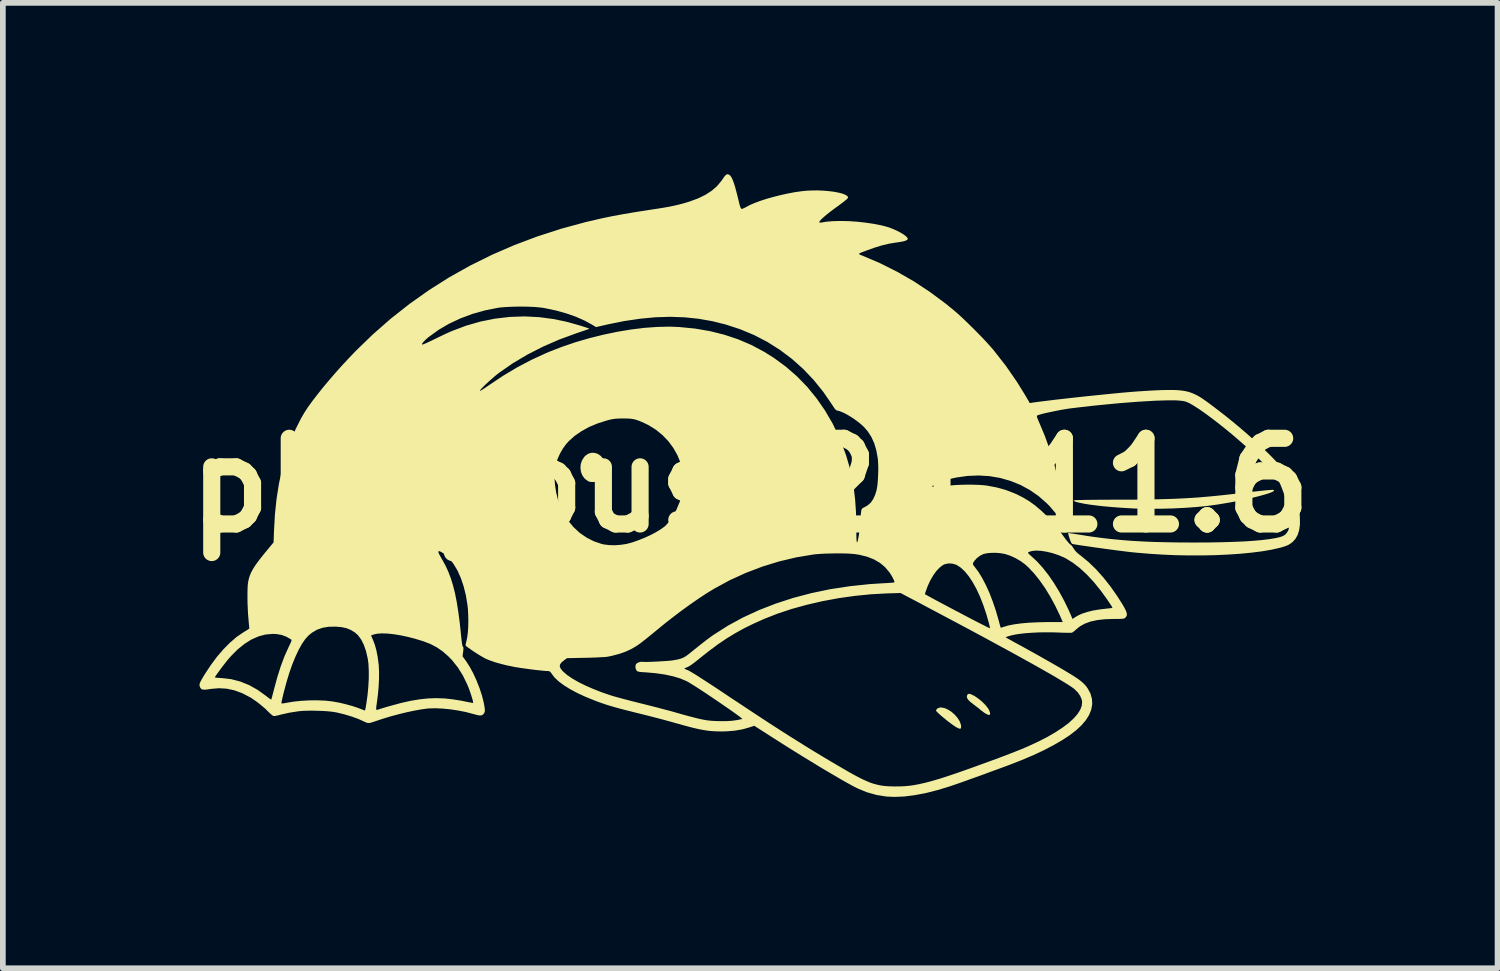
<source format=kicad_pcb>
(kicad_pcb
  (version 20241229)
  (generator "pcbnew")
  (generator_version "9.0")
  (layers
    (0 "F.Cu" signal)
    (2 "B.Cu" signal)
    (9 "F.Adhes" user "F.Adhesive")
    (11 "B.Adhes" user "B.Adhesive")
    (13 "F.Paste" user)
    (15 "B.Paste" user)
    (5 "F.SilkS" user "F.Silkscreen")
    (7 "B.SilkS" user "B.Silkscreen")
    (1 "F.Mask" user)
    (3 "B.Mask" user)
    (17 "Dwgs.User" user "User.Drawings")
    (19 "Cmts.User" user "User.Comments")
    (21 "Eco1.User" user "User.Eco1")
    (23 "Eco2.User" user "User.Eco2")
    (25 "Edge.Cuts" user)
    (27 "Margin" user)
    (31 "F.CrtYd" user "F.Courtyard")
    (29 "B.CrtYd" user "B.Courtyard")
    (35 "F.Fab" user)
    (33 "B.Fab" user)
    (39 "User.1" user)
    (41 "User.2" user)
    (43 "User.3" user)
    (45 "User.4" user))
  (footprint "platypus_20_11.6"
    (layer "F.Cu")
    (at 10.086 5.446)
    (property "Reference" "platypus_20_11.6" (at 0 0 0) (layer "F.SilkS") (effects (font (size 1.5 1.5) (thickness 0.3))))
    (attr board_only exclude_from_pos_files exclude_from_bom)
    (fp_poly (pts (xy 3.853 3.655) (xy 3.86 3.658) (xy 3.924 3.688) (xy 3.99 3.733) (xy 4.055 3.786) (xy 4.113 3.843) (xy 4.16 3.901) (xy 4.181 3.936) (xy 4.198 3.98) (xy 4.2 4.009) (xy 4.187 4.022) (xy 4.16 4.018) (xy 4.122 3.999) (xy 4.092 3.979) (xy 4.055 3.952) (xy 4.028 3.93) (xy 3.988 3.897) (xy 3.942 3.862) (xy 3.91 3.838) (xy 3.855 3.795) (xy 3.818 3.759) (xy 3.798 3.728) (xy 3.792 3.703) (xy 3.799 3.67) (xy 3.821 3.653)) (stroke (width 0) (type solid)) (fill yes) (layer "F.SilkS"))
    (fp_poly (pts (xy -2.723 -0.567) (xy -2.667 -0.548) (xy -2.616 -0.512) (xy -2.574 -0.461) (xy -2.558 -0.429) (xy -2.539 -0.364) (xy -2.537 -0.294) (xy -2.549 -0.225) (xy -2.575 -0.161) (xy -2.613 -0.109) (xy -2.632 -0.093) (xy -2.677 -0.07) (xy -2.731 -0.057) (xy -2.786 -0.056) (xy -2.834 -0.068) (xy -2.841 -0.072) (xy -2.896 -0.113) (xy -2.937 -0.167) (xy -2.963 -0.231) (xy -2.973 -0.299) (xy -2.968 -0.369) (xy -2.946 -0.435) (xy -2.907 -0.495) (xy -2.89 -0.514) (xy -2.838 -0.551) (xy -2.782 -0.568)) (stroke (width 0) (type solid)) (fill yes) (layer "F.SilkS"))
    (fp_poly (pts (xy 3.398 3.9) (xy 3.46 3.927) (xy 3.522 3.966) (xy 3.579 4.016) (xy 3.628 4.072) (xy 3.666 4.131) (xy 3.688 4.19) (xy 3.693 4.229) (xy 3.689 4.253) (xy 3.676 4.264) (xy 3.652 4.259) (xy 3.614 4.24) (xy 3.603 4.234) (xy 3.567 4.211) (xy 3.524 4.18) (xy 3.475 4.144) (xy 3.425 4.104) (xy 3.376 4.064) (xy 3.331 4.026) (xy 3.294 3.992) (xy 3.267 3.966) (xy 3.254 3.949) (xy 3.253 3.946) (xy 3.263 3.922) (xy 3.289 3.902) (xy 3.324 3.892) (xy 3.338 3.891)) (stroke (width 0) (type solid)) (fill yes) (layer "F.SilkS"))
    (fp_poly (pts (xy 9.158 0.082) (xy 9.166 0.084) (xy 9.17 0.087) (xy 9.169 0.098) (xy 9.149 0.113) (xy 9.11 0.13) (xy 9.056 0.149) (xy 8.987 0.169) (xy 8.907 0.191) (xy 8.816 0.214) (xy 8.717 0.237) (xy 8.612 0.259) (xy 8.503 0.282) (xy 8.391 0.303) (xy 8.278 0.322) (xy 8.167 0.34) (xy 8.059 0.355) (xy 7.963 0.367) (xy 7.792 0.383) (xy 7.605 0.396) (xy 7.408 0.406) (xy 7.209 0.411) (xy 7.013 0.413) (xy 6.825 0.41) (xy 6.721 0.407) (xy 6.578 0.399) (xy 6.437 0.39) (xy 6.301 0.379) (xy 6.172 0.367) (xy 6.051 0.353) (xy 5.943 0.339) (xy 5.848 0.324) (xy 5.77 0.308) (xy 5.71 0.293) (xy 5.685 0.284) (xy 5.665 0.275) (xy 5.664 0.269) (xy 5.677 0.263) (xy 5.692 0.262) (xy 5.726 0.26) (xy 5.779 0.259) (xy 5.848 0.257) (xy 5.93 0.256) (xy 6.025 0.255) (xy 6.129 0.254) (xy 6.241 0.254) (xy 6.342 0.253) (xy 6.565 0.253) (xy 6.769 0.252) (xy 6.956 0.249) (xy 7.128 0.246) (xy 7.288 0.242) (xy 7.439 0.237) (xy 7.583 0.23) (xy 7.722 0.222) (xy 7.858 0.213) (xy 7.995 0.201) (xy 8.135 0.188) (xy 8.281 0.173) (xy 8.434 0.156) (xy 8.501 0.148) (xy 8.638 0.133) (xy 8.755 0.119) (xy 8.853 0.108) (xy 8.934 0.099) (xy 9 0.092) (xy 9.053 0.087) (xy 9.093 0.084) (xy 9.123 0.082) (xy 9.144 0.081)) (stroke (width 0) (type solid)) (fill yes) (layer "F.SilkS"))
    (fp_poly (pts (xy -0.374 -5.439) (xy -0.367 -5.435) (xy -0.347 -5.418) (xy -0.328 -5.39) (xy -0.309 -5.35) (xy -0.289 -5.297) (xy -0.267 -5.229) (xy -0.244 -5.143) (xy -0.217 -5.038) (xy -0.2 -4.968) (xy -0.186 -4.91) (xy -0.174 -4.872) (xy -0.164 -4.849) (xy -0.154 -4.839) (xy -0.151 -4.838) (xy -0.133 -4.842) (xy -0.102 -4.855) (xy -0.069 -4.873) (xy -0.001 -4.909) (xy 0.085 -4.945) (xy 0.185 -4.982) (xy 0.297 -5.018) (xy 0.417 -5.051) (xy 0.54 -5.082) (xy 0.664 -5.109) (xy 0.786 -5.132) (xy 0.9 -5.148) (xy 0.975 -5.156) (xy 1.074 -5.161) (xy 1.176 -5.162) (xy 1.276 -5.158) (xy 1.372 -5.15) (xy 1.462 -5.139) (xy 1.542 -5.124) (xy 1.61 -5.107) (xy 1.663 -5.087) (xy 1.698 -5.065) (xy 1.708 -5.052) (xy 1.712 -5.044) (xy 1.711 -5.034) (xy 1.704 -5.022) (xy 1.689 -5.006) (xy 1.663 -4.985) (xy 1.626 -4.955) (xy 1.575 -4.917) (xy 1.508 -4.868) (xy 1.496 -4.86) (xy 1.411 -4.796) (xy 1.339 -4.74) (xy 1.283 -4.692) (xy 1.242 -4.654) (xy 1.217 -4.624) (xy 1.209 -4.605) (xy 1.218 -4.597) (xy 1.239 -4.599) (xy 1.34 -4.615) (xy 1.458 -4.624) (xy 1.589 -4.627) (xy 1.728 -4.624) (xy 1.872 -4.614) (xy 2.017 -4.598) (xy 2.159 -4.577) (xy 2.293 -4.551) (xy 2.364 -4.533) (xy 2.432 -4.513) (xy 2.501 -4.486) (xy 2.568 -4.456) (xy 2.63 -4.424) (xy 2.683 -4.392) (xy 2.724 -4.362) (xy 2.75 -4.334) (xy 2.759 -4.314) (xy 2.75 -4.298) (xy 2.724 -4.283) (xy 2.68 -4.27) (xy 2.615 -4.258) (xy 2.545 -4.248) (xy 2.43 -4.229) (xy 2.308 -4.2) (xy 2.175 -4.159) (xy 2.039 -4.111) (xy 1.979 -4.088) (xy 1.937 -4.072) (xy 1.913 -4.06) (xy 1.906 -4.05) (xy 1.913 -4.041) (xy 1.935 -4.031) (xy 1.968 -4.018) (xy 1.97 -4.017) (xy 2.273 -3.888) (xy 2.572 -3.738) (xy 2.866 -3.569) (xy 3.152 -3.38) (xy 3.429 -3.174) (xy 3.566 -3.062) (xy 3.636 -3.002) (xy 3.715 -2.929) (xy 3.802 -2.846) (xy 3.892 -2.758) (xy 3.982 -2.667) (xy 4.069 -2.578) (xy 4.148 -2.493) (xy 4.216 -2.417) (xy 4.253 -2.375) (xy 4.471 -2.097) (xy 4.669 -1.811) (xy 4.809 -1.585) (xy 4.895 -1.438) (xy 4.934 -1.445) (xy 5.006 -1.455) (xy 5.096 -1.467) (xy 5.203 -1.48) (xy 5.324 -1.495) (xy 5.456 -1.51) (xy 5.596 -1.526) (xy 5.742 -1.542) (xy 5.89 -1.558) (xy 6.038 -1.573) (xy 6.184 -1.588) (xy 6.324 -1.602) (xy 6.456 -1.615) (xy 6.577 -1.626) (xy 6.685 -1.635) (xy 6.776 -1.642) (xy 6.787 -1.643) (xy 6.948 -1.653) (xy 7.089 -1.661) (xy 7.211 -1.666) (xy 7.318 -1.668) (xy 7.411 -1.668) (xy 7.491 -1.664) (xy 7.561 -1.657) (xy 7.622 -1.647) (xy 7.677 -1.634) (xy 7.727 -1.617) (xy 7.745 -1.61) (xy 7.783 -1.593) (xy 7.818 -1.576) (xy 7.854 -1.557) (xy 7.893 -1.533) (xy 7.937 -1.503) (xy 7.99 -1.466) (xy 8.054 -1.419) (xy 8.131 -1.361) (xy 8.166 -1.334) (xy 8.304 -1.228) (xy 8.443 -1.116) (xy 8.58 -1.002) (xy 8.714 -0.886) (xy 8.843 -0.772) (xy 8.964 -0.66) (xy 9.076 -0.552) (xy 9.176 -0.451) (xy 9.262 -0.359) (xy 9.333 -0.277) (xy 9.336 -0.273) (xy 9.375 -0.221) (xy 9.409 -0.171) (xy 9.438 -0.119) (xy 9.465 -0.059) (xy 9.493 0.013) (xy 9.524 0.101) (xy 9.524 0.103) (xy 9.56 0.214) (xy 9.586 0.312) (xy 9.605 0.4) (xy 9.618 0.485) (xy 9.624 0.568) (xy 9.625 0.684) (xy 9.612 0.783) (xy 9.586 0.868) (xy 9.546 0.939) (xy 9.501 0.989) (xy 9.462 1.02) (xy 9.42 1.046) (xy 9.369 1.067) (xy 9.305 1.087) (xy 9.267 1.097) (xy 9.121 1.13) (xy 8.955 1.158) (xy 8.772 1.181) (xy 8.575 1.2) (xy 8.366 1.214) (xy 8.147 1.224) (xy 7.921 1.229) (xy 7.69 1.229) (xy 7.456 1.225) (xy 7.222 1.215) (xy 6.99 1.2) (xy 6.763 1.181) (xy 6.664 1.171) (xy 6.596 1.163) (xy 6.516 1.153) (xy 6.427 1.142) (xy 6.332 1.129) (xy 6.233 1.116) (xy 6.134 1.102) (xy 6.036 1.089) (xy 5.943 1.075) (xy 5.857 1.063) (xy 5.782 1.052) (xy 5.719 1.042) (xy 5.671 1.034) (xy 5.642 1.028) (xy 5.637 1.027) (xy 5.624 1.013) (xy 5.608 0.98) (xy 5.591 0.931) (xy 5.578 0.89) (xy 5.57 0.858) (xy 5.566 0.84) (xy 5.566 0.838) (xy 5.578 0.838) (xy 5.607 0.842) (xy 5.652 0.848) (xy 5.708 0.857) (xy 5.771 0.867) (xy 5.772 0.867) (xy 5.953 0.896) (xy 6.131 0.92) (xy 6.308 0.941) (xy 6.487 0.958) (xy 6.672 0.973) (xy 6.864 0.984) (xy 7.067 0.993) (xy 7.284 0.998) (xy 7.516 1.002) (xy 7.768 1.003) (xy 7.771 1.003) (xy 8.021 1.002) (xy 8.249 0.998) (xy 8.457 0.992) (xy 8.644 0.984) (xy 8.811 0.973) (xy 8.958 0.96) (xy 9.086 0.944) (xy 9.196 0.926) (xy 9.208 0.924) (xy 9.275 0.908) (xy 9.325 0.89) (xy 9.362 0.869) (xy 9.389 0.841) (xy 9.408 0.813) (xy 9.419 0.792) (xy 9.427 0.772) (xy 9.431 0.749) (xy 9.434 0.717) (xy 9.435 0.673) (xy 9.435 0.612) (xy 9.435 0.61) (xy 9.434 0.542) (xy 9.431 0.488) (xy 9.425 0.442) (xy 9.416 0.395) (xy 9.403 0.34) (xy 9.4 0.33) (xy 9.376 0.243) (xy 9.347 0.156) (xy 9.316 0.071) (xy 9.286 -0.005) (xy 9.257 -0.068) (xy 9.24 -0.098) (xy 9.22 -0.126) (xy 9.187 -0.166) (xy 9.142 -0.217) (xy 9.087 -0.276) (xy 9.026 -0.341) (xy 8.96 -0.408) (xy 8.891 -0.477) (xy 8.823 -0.544) (xy 8.756 -0.608) (xy 8.694 -0.666) (xy 8.683 -0.676) (xy 8.559 -0.785) (xy 8.434 -0.892) (xy 8.31 -0.994) (xy 8.189 -1.09) (xy 8.073 -1.179) (xy 7.963 -1.26) (xy 7.863 -1.33) (xy 7.774 -1.387) (xy 7.698 -1.432) (xy 7.678 -1.442) (xy 7.644 -1.457) (xy 7.611 -1.468) (xy 7.572 -1.476) (xy 7.521 -1.481) (xy 7.493 -1.484) (xy 7.42 -1.487) (xy 7.328 -1.487) (xy 7.219 -1.484) (xy 7.094 -1.48) (xy 6.955 -1.472) (xy 6.805 -1.463) (xy 6.646 -1.451) (xy 6.48 -1.438) (xy 6.309 -1.422) (xy 6.134 -1.405) (xy 5.959 -1.387) (xy 5.785 -1.367) (xy 5.616 -1.347) (xy 5.553 -1.338) (xy 5.48 -1.326) (xy 5.403 -1.312) (xy 5.325 -1.296) (xy 5.248 -1.28) (xy 5.177 -1.265) (xy 5.115 -1.25) (xy 5.066 -1.236) (xy 5.034 -1.225) (xy 5.024 -1.221) (xy 5.019 -1.213) (xy 5.02 -1.198) (xy 5.028 -1.172) (xy 5.044 -1.133) (xy 5.065 -1.086) (xy 5.158 -0.863) (xy 5.242 -0.631) (xy 5.315 -0.395) (xy 5.376 -0.158) (xy 5.425 0.076) (xy 5.459 0.302) (xy 5.479 0.511) (xy 5.482 0.564) (xy 5.486 0.613) (xy 5.489 0.652) (xy 5.491 0.665) (xy 5.496 0.709) (xy 5.455 0.643) (xy 5.355 0.499) (xy 5.237 0.361) (xy 5.192 0.316) (xy 5.05 0.191) (xy 4.896 0.084) (xy 4.732 -0.005) (xy 4.559 -0.075) (xy 4.378 -0.127) (xy 4.191 -0.159) (xy 3.999 -0.171) (xy 3.804 -0.163) (xy 3.608 -0.135) (xy 3.561 -0.125) (xy 3.479 -0.105) (xy 3.402 -0.083) (xy 3.333 -0.059) (xy 3.274 -0.036) (xy 3.228 -0.014) (xy 3.199 0.006) (xy 3.187 0.023) (xy 3.187 0.023) (xy 3.194 0.029) (xy 3.214 0.031) (xy 3.25 0.031) (xy 3.302 0.027) (xy 3.373 0.02) (xy 3.464 0.009) (xy 3.49 0.006) (xy 3.574 -0.002) (xy 3.671 -0.007) (xy 3.775 -0.01) (xy 3.879 -0.01) (xy 3.98 -0.007) (xy 4.07 -0.002) (xy 4.142 0.006) (xy 4.312 0.038) (xy 4.468 0.081) (xy 4.618 0.138) (xy 4.666 0.159) (xy 4.782 0.218) (xy 4.888 0.282) (xy 4.988 0.354) (xy 5.089 0.44) (xy 5.159 0.505) (xy 5.219 0.565) (xy 5.274 0.624) (xy 5.326 0.684) (xy 5.38 0.751) (xy 5.439 0.83) (xy 5.488 0.897) (xy 5.522 0.945) (xy 5.555 0.985) (xy 5.581 1.016) (xy 5.599 1.033) (xy 5.603 1.036) (xy 5.619 1.048) (xy 5.64 1.073) (xy 5.659 1.103) (xy 5.681 1.136) (xy 5.708 1.167) (xy 5.745 1.2) (xy 5.796 1.24) (xy 5.801 1.244) (xy 5.928 1.349) (xy 6.056 1.473) (xy 6.183 1.615) (xy 6.307 1.772) (xy 6.426 1.942) (xy 6.512 2.077) (xy 6.551 2.144) (xy 6.577 2.196) (xy 6.592 2.237) (xy 6.595 2.268) (xy 6.588 2.293) (xy 6.572 2.314) (xy 6.569 2.317) (xy 6.558 2.326) (xy 6.546 2.333) (xy 6.527 2.337) (xy 6.5 2.339) (xy 6.459 2.341) (xy 6.402 2.341) (xy 6.367 2.341) (xy 6.213 2.346) (xy 6.077 2.361) (xy 5.958 2.387) (xy 5.857 2.424) (xy 5.771 2.472) (xy 5.707 2.524) (xy 5.677 2.551) (xy 5.649 2.572) (xy 5.633 2.582) (xy 5.615 2.583) (xy 5.58 2.584) (xy 5.53 2.583) (xy 5.469 2.582) (xy 5.402 2.579) (xy 5.397 2.579) (xy 5.284 2.575) (xy 5.165 2.575) (xy 5.045 2.577) (xy 4.928 2.583) (xy 4.818 2.591) (xy 4.721 2.602) (xy 4.641 2.614) (xy 4.638 2.615) (xy 4.577 2.628) (xy 4.528 2.641) (xy 4.493 2.652) (xy 4.475 2.66) (xy 4.475 2.664) (xy 4.485 2.671) (xy 4.512 2.686) (xy 4.554 2.709) (xy 4.607 2.739) (xy 4.671 2.774) (xy 4.741 2.812) (xy 4.765 2.825) (xy 4.891 2.895) (xy 5.016 2.964) (xy 5.137 3.033) (xy 5.253 3.099) (xy 5.362 3.161) (xy 5.46 3.218) (xy 5.545 3.269) (xy 5.616 3.312) (xy 5.67 3.345) (xy 5.671 3.346) (xy 5.743 3.394) (xy 5.798 3.436) (xy 5.842 3.476) (xy 5.879 3.516) (xy 5.909 3.558) (xy 5.957 3.648) (xy 5.983 3.74) (xy 5.988 3.833) (xy 5.971 3.927) (xy 5.934 4.021) (xy 5.875 4.115) (xy 5.795 4.208) (xy 5.704 4.292) (xy 5.592 4.378) (xy 5.459 4.465) (xy 5.307 4.553) (xy 5.138 4.641) (xy 4.952 4.728) (xy 4.751 4.813) (xy 4.537 4.897) (xy 4.528 4.9) (xy 4.38 4.955) (xy 4.234 5.008) (xy 4.094 5.06) (xy 3.961 5.108) (xy 3.838 5.152) (xy 3.727 5.192) (xy 3.63 5.226) (xy 3.55 5.253) (xy 3.501 5.27) (xy 3.282 5.337) (xy 3.074 5.39) (xy 2.878 5.427) (xy 2.696 5.45) (xy 2.528 5.457) (xy 2.388 5.451) (xy 2.211 5.423) (xy 2.04 5.375) (xy 1.877 5.307) (xy 1.867 5.302) (xy 1.793 5.264) (xy 1.702 5.214) (xy 1.597 5.155) (xy 1.48 5.086) (xy 1.351 5.011) (xy 1.214 4.929) (xy 1.07 4.841) (xy 0.92 4.75) (xy 0.767 4.655) (xy 0.614 4.559) (xy 0.46 4.461) (xy 0.341 4.385) (xy 0.071 4.212) (xy -0.022 4.242) (xy -0.146 4.276) (xy -0.275 4.298) (xy -0.415 4.309) (xy -0.5 4.311) (xy -0.571 4.31) (xy -0.636 4.307) (xy -0.699 4.303) (xy -0.763 4.295) (xy -0.83 4.284) (xy -0.904 4.27) (xy -0.986 4.251) (xy -1.08 4.227) (xy -1.188 4.198) (xy -1.314 4.163) (xy -1.364 4.148) (xy -1.442 4.127) (xy -1.536 4.101) (xy -1.64 4.074) (xy -1.748 4.046) (xy -1.854 4.019) (xy -1.952 3.995) (xy -2.084 3.962) (xy -2.198 3.933) (xy -2.297 3.907) (xy -2.384 3.883) (xy -2.462 3.86) (xy -2.533 3.838) (xy -2.602 3.814) (xy -2.671 3.79) (xy -2.715 3.773) (xy -2.878 3.707) (xy -3.024 3.64) (xy -3.153 3.571) (xy -3.264 3.502) (xy -3.355 3.434) (xy -3.427 3.366) (xy -3.467 3.314) (xy -3.49 3.281) (xy -3.507 3.263) (xy -3.525 3.255) (xy -3.548 3.253) (xy -3.583 3.252) (xy -3.635 3.247) (xy -3.701 3.24) (xy -3.775 3.232) (xy -3.854 3.222) (xy -3.934 3.211) (xy -4.009 3.201) (xy -4.077 3.19) (xy -4.126 3.182) (xy -4.187 3.169) (xy -3.336 3.169) (xy -3.322 3.206) (xy -3.289 3.249) (xy -3.275 3.263) (xy -3.207 3.322) (xy -3.118 3.383) (xy -3.011 3.445) (xy -2.888 3.506) (xy -2.751 3.566) (xy -2.601 3.625) (xy -2.44 3.68) (xy -2.439 3.68) (xy -2.395 3.694) (xy -2.333 3.711) (xy -2.257 3.732) (xy -2.17 3.755) (xy -2.078 3.779) (xy -1.982 3.803) (xy -1.923 3.818) (xy -1.822 3.843) (xy -1.716 3.87) (xy -1.61 3.897) (xy -1.509 3.924) (xy -1.417 3.948) (xy -1.341 3.969) (xy -1.313 3.977) (xy -1.191 4.012) (xy -1.086 4.041) (xy -0.997 4.064) (xy -0.922 4.083) (xy -0.856 4.098) (xy -0.799 4.109) (xy -0.759 4.116) (xy -0.685 4.124) (xy -0.598 4.129) (xy -0.505 4.131) (xy -0.413 4.13) (xy -0.329 4.125) (xy -0.26 4.116) (xy -0.257 4.116) (xy -0.211 4.108) (xy -0.172 4.1) (xy -0.145 4.094) (xy -0.139 4.093) (xy -0.144 4.086) (xy -0.165 4.068) (xy -0.2 4.041) (xy -0.248 4.006) (xy -0.307 3.964) (xy -0.374 3.917) (xy -0.448 3.866) (xy -0.526 3.812) (xy -0.607 3.757) (xy -0.689 3.702) (xy -0.769 3.648) (xy -0.846 3.597) (xy -0.918 3.55) (xy -0.983 3.509) (xy -1.039 3.474) (xy -1.083 3.447) (xy -1.115 3.43) (xy -1.116 3.43) (xy -1.223 3.384) (xy -1.349 3.346) (xy -1.492 3.315) (xy -1.65 3.292) (xy -1.818 3.277) (xy -1.879 3.273) (xy -1.923 3.27) (xy -1.952 3.265) (xy -1.97 3.26) (xy -1.983 3.252) (xy -1.991 3.243) (xy -2.007 3.209) (xy -1.154 3.209) (xy -1.145 3.216) (xy -1.12 3.228) (xy -1.085 3.242) (xy -1.085 3.242) (xy -1.062 3.254) (xy -1.021 3.278) (xy -0.963 3.313) (xy -0.891 3.359) (xy -0.803 3.416) (xy -0.702 3.481) (xy -0.588 3.556) (xy -0.462 3.64) (xy -0.374 3.699) (xy -0.162 3.839) (xy 0.034 3.969) (xy 0.215 4.088) (xy 0.385 4.199) (xy 0.545 4.302) (xy 0.697 4.399) (xy 0.843 4.49) (xy 0.984 4.578) (xy 1.124 4.664) (xy 1.262 4.747) (xy 1.407 4.834) (xy 1.535 4.909) (xy 1.648 4.975) (xy 1.747 5.032) (xy 1.834 5.08) (xy 1.91 5.12) (xy 1.978 5.154) (xy 2.039 5.181) (xy 2.094 5.204) (xy 2.145 5.222) (xy 2.195 5.236) (xy 2.243 5.248) (xy 2.293 5.258) (xy 2.293 5.258) (xy 2.359 5.267) (xy 2.44 5.272) (xy 2.53 5.274) (xy 2.623 5.273) (xy 2.713 5.269) (xy 2.793 5.261) (xy 2.812 5.259) (xy 2.887 5.247) (xy 2.964 5.232) (xy 3.046 5.214) (xy 3.135 5.191) (xy 3.231 5.164) (xy 3.338 5.132) (xy 3.456 5.094) (xy 3.587 5.05) (xy 3.733 4.999) (xy 3.897 4.941) (xy 4.078 4.875) (xy 4.224 4.822) (xy 4.352 4.775) (xy 4.463 4.733) (xy 4.562 4.695) (xy 4.648 4.661) (xy 4.726 4.63) (xy 4.798 4.6) (xy 4.865 4.571) (xy 4.879 4.565) (xy 5.053 4.484) (xy 5.21 4.403) (xy 5.35 4.321) (xy 5.473 4.24) (xy 5.578 4.161) (xy 5.664 4.082) (xy 5.731 4.005) (xy 5.778 3.931) (xy 5.805 3.86) (xy 5.811 3.791) (xy 5.804 3.752) (xy 5.777 3.688) (xy 5.733 3.625) (xy 5.675 3.568) (xy 5.656 3.553) (xy 5.605 3.518) (xy 5.535 3.473) (xy 5.446 3.419) (xy 5.339 3.355) (xy 5.214 3.283) (xy 5.072 3.202) (xy 4.913 3.113) (xy 4.738 3.016) (xy 4.546 2.91) (xy 4.339 2.798) (xy 4.117 2.677) (xy 3.881 2.55) (xy 3.63 2.416) (xy 3.365 2.275) (xy 3.087 2.128) (xy 3.023 2.093) (xy 2.669 1.907) (xy 3.057 1.907) (xy 3.092 1.926) (xy 3.136 1.951) (xy 3.194 1.982) (xy 3.262 2.019) (xy 3.338 2.06) (xy 3.422 2.104) (xy 3.51 2.151) (xy 3.601 2.199) (xy 3.692 2.247) (xy 3.782 2.294) (xy 3.868 2.339) (xy 3.948 2.381) (xy 4.021 2.418) (xy 4.084 2.45) (xy 4.135 2.476) (xy 4.172 2.494) (xy 4.192 2.504) (xy 4.196 2.505) (xy 4.196 2.491) (xy 4.19 2.462) (xy 4.182 2.427) (xy 4.134 2.257) (xy 4.08 2.097) (xy 4.022 1.949) (xy 3.96 1.815) (xy 3.894 1.696) (xy 3.826 1.593) (xy 3.756 1.508) (xy 3.685 1.442) (xy 3.614 1.396) (xy 3.605 1.392) (xy 3.583 1.385) (xy 3.899 1.385) (xy 3.909 1.403) (xy 3.931 1.431) (xy 3.931 1.431) (xy 3.996 1.518) (xy 4.061 1.624) (xy 4.125 1.747) (xy 4.187 1.883) (xy 4.244 2.03) (xy 4.297 2.185) (xy 4.337 2.322) (xy 4.355 2.386) (xy 4.367 2.432) (xy 4.376 2.463) (xy 4.381 2.482) (xy 4.385 2.491) (xy 4.387 2.495) (xy 4.388 2.495) (xy 4.389 2.495) (xy 4.401 2.492) (xy 4.427 2.483) (xy 4.44 2.479) (xy 4.522 2.455) (xy 4.624 2.435) (xy 4.744 2.419) (xy 4.88 2.407) (xy 5.031 2.4) (xy 5.194 2.396) (xy 5.228 2.396) (xy 5.472 2.396) (xy 5.418 2.272) (xy 5.338 2.106) (xy 5.252 1.948) (xy 5.161 1.799) (xy 5.066 1.664) (xy 4.969 1.543) (xy 4.872 1.44) (xy 4.814 1.387) (xy 4.735 1.329) (xy 4.646 1.277) (xy 4.555 1.235) (xy 4.467 1.206) (xy 4.451 1.202) (xy 4.375 1.189) (xy 4.294 1.183) (xy 4.214 1.184) (xy 4.142 1.191) (xy 4.084 1.204) (xy 4.076 1.208) (xy 4.019 1.237) (xy 3.966 1.278) (xy 3.924 1.325) (xy 3.908 1.35) (xy 3.899 1.37) (xy 3.899 1.385) (xy 3.583 1.385) (xy 3.538 1.372) (xy 3.468 1.369) (xy 3.402 1.384) (xy 3.372 1.399) (xy 3.316 1.442) (xy 3.258 1.503) (xy 3.203 1.58) (xy 3.152 1.668) (xy 3.107 1.765) (xy 3.079 1.841) (xy 3.057 1.907) (xy 2.669 1.907) (xy 2.632 1.887) (xy 2.396 1.894) (xy 2.117 1.909) (xy 1.834 1.937) (xy 1.55 1.977) (xy 1.269 2.029) (xy 0.995 2.092) (xy 0.73 2.165) (xy 0.479 2.248) (xy 0.245 2.34) (xy 0.241 2.342) (xy 0.062 2.422) (xy -0.104 2.503) (xy -0.261 2.59) (xy -0.414 2.683) (xy -0.566 2.786) (xy -0.722 2.902) (xy -0.887 3.032) (xy -0.907 3.049) (xy -0.974 3.102) (xy -1.031 3.144) (xy -1.075 3.172) (xy -1.102 3.185) (xy -1.132 3.197) (xy -1.151 3.206) (xy -1.154 3.209) (xy -2.007 3.209) (xy -2.008 3.207) (xy -2.01 3.165) (xy -2 3.133) (xy -1.981 3.114) (xy -1.948 3.099) (xy -1.912 3.091) (xy -1.887 3.092) (xy -1.867 3.094) (xy -1.829 3.094) (xy -1.777 3.093) (xy -1.715 3.091) (xy -1.647 3.088) (xy -1.577 3.084) (xy -1.509 3.08) (xy -1.447 3.076) (xy -1.396 3.071) (xy -1.358 3.067) (xy -1.355 3.066) (xy -1.28 3.053) (xy -1.221 3.038) (xy -1.173 3.019) (xy -1.128 2.994) (xy -1.082 2.96) (xy -1.075 2.955) (xy -0.986 2.883) (xy -0.911 2.823) (xy -0.848 2.773) (xy -0.794 2.731) (xy -0.747 2.695) (xy -0.704 2.663) (xy -0.663 2.634) (xy -0.64 2.618) (xy -0.392 2.46) (xy -0.128 2.316) (xy 0.152 2.187) (xy 0.445 2.073) (xy 0.752 1.973) (xy 1.071 1.889) (xy 1.402 1.82) (xy 1.743 1.768) (xy 2.093 1.731) (xy 2.333 1.716) (xy 2.394 1.713) (xy 2.448 1.709) (xy 2.49 1.706) (xy 2.516 1.703) (xy 2.523 1.701) (xy 2.524 1.686) (xy 2.513 1.658) (xy 2.495 1.62) (xy 2.471 1.577) (xy 2.442 1.533) (xy 2.434 1.521) (xy 2.359 1.433) (xy 2.27 1.359) (xy 2.167 1.299) (xy 2.048 1.252) (xy 1.911 1.218) (xy 1.841 1.207) (xy 1.781 1.201) (xy 1.704 1.196) (xy 1.615 1.194) (xy 1.518 1.193) (xy 1.418 1.195) (xy 1.32 1.197) (xy 1.228 1.202) (xy 1.148 1.208) (xy 1.105 1.213) (xy 0.805 1.263) (xy 0.506 1.334) (xy 0.211 1.425) (xy -0.078 1.535) (xy -0.36 1.664) (xy -0.631 1.811) (xy -0.652 1.824) (xy -0.778 1.901) (xy -0.915 1.992) (xy -1.059 2.092) (xy -1.208 2.2) (xy -1.356 2.312) (xy -1.5 2.425) (xy -1.572 2.484) (xy -1.66 2.556) (xy -1.733 2.616) (xy -1.794 2.665) (xy -1.843 2.705) (xy -1.885 2.737) (xy -1.919 2.764) (xy -1.95 2.786) (xy -1.977 2.805) (xy -2 2.82) (xy -2.089 2.871) (xy -2.184 2.915) (xy -2.29 2.952) (xy -2.411 2.984) (xy -2.489 3.001) (xy -2.518 3.005) (xy -2.565 3.009) (xy -2.627 3.012) (xy -2.7 3.016) (xy -2.782 3.019) (xy -2.869 3.021) (xy -2.881 3.021) (xy -3.208 3.028) (xy -3.254 3.061) (xy -3.302 3.1) (xy -3.329 3.135) (xy -3.336 3.169) (xy -4.187 3.169) (xy -4.245 3.158) (xy -4.358 3.13) (xy -4.462 3.101) (xy -4.552 3.07) (xy -4.626 3.04) (xy -4.642 3.032) (xy -4.689 3.006) (xy -4.748 2.971) (xy -4.813 2.93) (xy -4.878 2.886) (xy -4.939 2.844) (xy -4.971 2.82) (xy -4.98 2.812) (xy -4.984 2.801) (xy -4.982 2.782) (xy -4.975 2.75) (xy -4.967 2.719) (xy -4.954 2.653) (xy -4.944 2.57) (xy -4.938 2.476) (xy -4.936 2.374) (xy -4.938 2.271) (xy -4.943 2.172) (xy -4.951 2.099) (xy -4.979 1.927) (xy -5.019 1.767) (xy -5.069 1.62) (xy -5.129 1.488) (xy -5.198 1.373) (xy -5.276 1.276) (xy -5.287 1.265) (xy -5.329 1.226) (xy -5.372 1.192) (xy -5.387 1.183) (xy 4.863 1.183) (xy 4.871 1.195) (xy 4.892 1.216) (xy 4.922 1.243) (xy 4.929 1.249) (xy 5.025 1.338) (xy 5.122 1.446) (xy 5.22 1.57) (xy 5.315 1.708) (xy 5.406 1.857) (xy 5.492 2.014) (xy 5.571 2.176) (xy 5.611 2.267) (xy 5.642 2.341) (xy 5.67 2.323) (xy 5.698 2.305) (xy 5.733 2.285) (xy 5.743 2.279) (xy 5.811 2.248) (xy 5.897 2.22) (xy 5.997 2.195) (xy 6.108 2.176) (xy 6.225 2.162) (xy 6.251 2.159) (xy 6.293 2.155) (xy 6.324 2.15) (xy 6.341 2.145) (xy 6.342 2.144) (xy 6.336 2.132) (xy 6.32 2.106) (xy 6.296 2.069) (xy 6.265 2.024) (xy 6.253 2.005) (xy 6.134 1.841) (xy 6.014 1.693) (xy 5.892 1.562) (xy 5.769 1.449) (xy 5.647 1.356) (xy 5.528 1.282) (xy 5.49 1.263) (xy 5.397 1.224) (xy 5.296 1.19) (xy 5.194 1.165) (xy 5.097 1.149) (xy 5.012 1.144) (xy 4.967 1.147) (xy 4.924 1.154) (xy 4.89 1.164) (xy 4.868 1.175) (xy 4.863 1.183) (xy -5.387 1.183) (xy -5.412 1.167) (xy -5.443 1.155) (xy -5.451 1.154) (xy -5.461 1.159) (xy -5.46 1.174) (xy -5.45 1.201) (xy -5.428 1.242) (xy -5.395 1.3) (xy -5.392 1.305) (xy -5.336 1.406) (xy -5.287 1.513) (xy -5.243 1.628) (xy -5.204 1.754) (xy -5.169 1.892) (xy -5.139 2.045) (xy -5.112 2.215) (xy -5.087 2.403) (xy -5.073 2.533) (xy -5.064 2.624) (xy -5.056 2.695) (xy -5.05 2.749) (xy -5.044 2.788) (xy -5.038 2.813) (xy -5.033 2.828) (xy -5.027 2.835) (xy -5.024 2.836) (xy -5.022 2.846) (xy -5.022 2.872) (xy -5.026 2.909) (xy -5.027 2.915) (xy -5.037 2.995) (xy -4.974 3.082) (xy -4.912 3.179) (xy -4.85 3.293) (xy -4.793 3.418) (xy -4.742 3.547) (xy -4.699 3.676) (xy -4.668 3.798) (xy -4.666 3.808) (xy -4.654 3.873) (xy -4.647 3.921) (xy -4.647 3.956) (xy -4.654 3.981) (xy -4.667 4.001) (xy -4.671 4.006) (xy -4.689 4.022) (xy -4.711 4.03) (xy -4.739 4.031) (xy -4.778 4.024) (xy -4.833 4.01) (xy -4.847 4.006) (xy -4.975 3.972) (xy -5.111 3.945) (xy -5.249 3.924) (xy -5.383 3.911) (xy -5.51 3.905) (xy -5.624 3.908) (xy -5.662 3.911) (xy -5.768 3.926) (xy -5.889 3.948) (xy -6.02 3.976) (xy -6.158 4.01) (xy -6.296 4.047) (xy -6.431 4.088) (xy -6.558 4.13) (xy -6.563 4.132) (xy -6.617 4.15) (xy -6.656 4.161) (xy -6.686 4.163) (xy -6.713 4.159) (xy -6.742 4.147) (xy -6.76 4.138) (xy -6.86 4.093) (xy -6.975 4.051) (xy -7.1 4.013) (xy -7.227 3.982) (xy -7.278 3.972) (xy -7.335 3.964) (xy -7.408 3.957) (xy -7.493 3.952) (xy -7.584 3.949) (xy -7.676 3.947) (xy -7.762 3.948) (xy -7.839 3.951) (xy -7.899 3.956) (xy -8.067 3.982) (xy -8.215 4.015) (xy -8.247 4.024) (xy -8.289 4.034) (xy -8.325 4.04) (xy -8.348 4.04) (xy -8.348 4.04) (xy -8.368 4.029) (xy -8.396 4.006) (xy -8.427 3.976) (xy -8.432 3.972) (xy -8.496 3.909) (xy -8.573 3.844) (xy -8.619 3.808) (xy -8.208 3.808) (xy -8.208 3.82) (xy -8.195 3.821) (xy -8.166 3.818) (xy -8.128 3.811) (xy -8.121 3.81) (xy -7.998 3.789) (xy -7.863 3.775) (xy -7.721 3.767) (xy -7.58 3.766) (xy -7.447 3.771) (xy -7.326 3.784) (xy -7.316 3.786) (xy -7.196 3.807) (xy -7.075 3.836) (xy -6.96 3.868) (xy -6.859 3.902) (xy -6.853 3.905) (xy -6.81 3.921) (xy -6.775 3.935) (xy -6.752 3.943) (xy -6.747 3.944) (xy -6.743 3.935) (xy -6.736 3.908) (xy -6.729 3.868) (xy -6.723 3.833) (xy -6.701 3.677) (xy -6.687 3.526) (xy -6.679 3.381) (xy -6.679 3.247) (xy -6.685 3.127) (xy -6.697 3.037) (xy -6.727 2.907) (xy -6.766 2.794) (xy -6.813 2.7) (xy -6.865 2.631) (xy -6.639 2.631) (xy -6.634 2.642) (xy -6.623 2.668) (xy -6.608 2.703) (xy -6.605 2.708) (xy -6.573 2.793) (xy -6.545 2.895) (xy -6.523 3.009) (xy -6.507 3.131) (xy -6.504 3.158) (xy -6.499 3.27) (xy -6.5 3.397) (xy -6.507 3.533) (xy -6.52 3.674) (xy -6.538 3.811) (xy -6.546 3.867) (xy -6.55 3.904) (xy -6.549 3.925) (xy -6.541 3.934) (xy -6.525 3.932) (xy -6.501 3.924) (xy -6.499 3.923) (xy -6.478 3.916) (xy -6.44 3.904) (xy -6.39 3.889) (xy -6.333 3.872) (xy -6.299 3.863) (xy -6.116 3.813) (xy -5.948 3.775) (xy -5.791 3.749) (xy -5.642 3.733) (xy -5.498 3.728) (xy -5.353 3.733) (xy -5.206 3.749) (xy -5.051 3.774) (xy -4.99 3.787) (xy -4.939 3.797) (xy -4.896 3.805) (xy -4.865 3.81) (xy -4.851 3.811) (xy -4.851 3.811) (xy -4.852 3.798) (xy -4.858 3.769) (xy -4.87 3.728) (xy -4.885 3.678) (xy -4.903 3.625) (xy -4.921 3.572) (xy -4.94 3.524) (xy -4.952 3.495) (xy -5.03 3.334) (xy -5.119 3.191) (xy -5.22 3.064) (xy -5.288 2.994) (xy -5.387 2.908) (xy -5.489 2.838) (xy -5.599 2.78) (xy -5.724 2.732) (xy -5.737 2.728) (xy -5.871 2.687) (xy -6.001 2.654) (xy -6.127 2.627) (xy -6.246 2.608) (xy -6.354 2.597) (xy -6.449 2.594) (xy -6.528 2.599) (xy -6.576 2.609) (xy -6.609 2.619) (xy -6.632 2.627) (xy -6.639 2.631) (xy -6.865 2.631) (xy -6.87 2.624) (xy -6.922 2.578) (xy -6.992 2.535) (xy -7.067 2.504) (xy -7.153 2.485) (xy -7.254 2.476) (xy -7.26 2.476) (xy -7.382 2.478) (xy -7.49 2.496) (xy -7.586 2.53) (xy -7.674 2.582) (xy -7.735 2.632) (xy -7.791 2.694) (xy -7.848 2.776) (xy -7.905 2.878) (xy -7.961 2.997) (xy -8.017 3.133) (xy -8.068 3.278) (xy -8.086 3.336) (xy -8.106 3.401) (xy -8.126 3.471) (xy -8.145 3.542) (xy -8.164 3.612) (xy -8.18 3.676) (xy -8.193 3.733) (xy -8.203 3.778) (xy -8.208 3.808) (xy -8.619 3.808) (xy -8.655 3.781) (xy -8.733 3.727) (xy -8.757 3.713) (xy -8.895 3.641) (xy -9.032 3.591) (xy -9.167 3.562) (xy -9.304 3.554) (xy -9.443 3.566) (xy -9.444 3.566) (xy -9.509 3.576) (xy -9.556 3.58) (xy -9.589 3.577) (xy -9.611 3.567) (xy -9.627 3.549) (xy -9.634 3.533) (xy -9.641 3.514) (xy -9.643 3.495) (xy -9.64 3.474) (xy -9.629 3.446) (xy -9.61 3.41) (xy -9.584 3.364) (xy -9.375 3.364) (xy -9.365 3.367) (xy -9.337 3.371) (xy -9.296 3.374) (xy -9.246 3.377) (xy -9.086 3.396) (xy -8.929 3.437) (xy -8.775 3.499) (xy -8.625 3.583) (xy -8.48 3.687) (xy -8.443 3.716) (xy -8.413 3.738) (xy -8.393 3.751) (xy -8.387 3.753) (xy -8.383 3.741) (xy -8.374 3.711) (xy -8.363 3.668) (xy -8.348 3.613) (xy -8.336 3.564) (xy -8.279 3.355) (xy -8.219 3.166) (xy -8.155 2.995) (xy -8.086 2.841) (xy -8.072 2.812) (xy -8.049 2.764) (xy -8.036 2.732) (xy -8.031 2.713) (xy -8.035 2.703) (xy -8.036 2.702) (xy -8.12 2.653) (xy -8.203 2.622) (xy -8.292 2.606) (xy -8.365 2.603) (xy -8.488 2.614) (xy -8.611 2.647) (xy -8.733 2.701) (xy -8.854 2.777) (xy -8.973 2.873) (xy -9.089 2.989) (xy -9.145 3.053) (xy -9.18 3.096) (xy -9.218 3.145) (xy -9.257 3.195) (xy -9.293 3.245) (xy -9.326 3.29) (xy -9.352 3.327) (xy -9.369 3.353) (xy -9.375 3.364) (xy -9.584 3.364) (xy -9.582 3.361) (xy -9.548 3.305) (xy -9.445 3.149) (xy -9.337 3.004) (xy -9.224 2.872) (xy -9.109 2.756) (xy -8.994 2.657) (xy -8.879 2.578) (xy -8.858 2.565) (xy -8.82 2.542) (xy -8.79 2.523) (xy -8.773 2.51) (xy -8.771 2.507) (xy -8.772 2.494) (xy -8.775 2.464) (xy -8.779 2.419) (xy -8.784 2.363) (xy -8.787 2.325) (xy -8.794 2.243) (xy -8.798 2.154) (xy -8.802 2.062) (xy -8.803 1.97) (xy -8.803 1.884) (xy -8.801 1.807) (xy -8.798 1.744) (xy -8.792 1.698) (xy -8.792 1.697) (xy -8.78 1.641) (xy -8.764 1.587) (xy -8.742 1.533) (xy -8.712 1.477) (xy -8.674 1.415) (xy -8.626 1.347) (xy -8.566 1.269) (xy -8.493 1.178) (xy -8.439 1.113) (xy -8.346 1.001) (xy -8.338 0.787) (xy -8.322 0.506) (xy -8.293 0.233) (xy -8.251 -0.032) (xy -8.233 -0.115) (xy -3.427 -0.115) (xy -3.417 0.006) (xy -3.397 0.131) (xy -3.367 0.253) (xy -3.331 0.358) (xy -3.267 0.496) (xy -3.187 0.622) (xy -3.092 0.736) (xy -2.984 0.835) (xy -2.865 0.917) (xy -2.737 0.982) (xy -2.601 1.028) (xy -2.572 1.035) (xy -2.482 1.047) (xy -2.381 1.051) (xy -2.275 1.044) (xy -2.173 1.029) (xy -2.146 1.023) (xy -2.05 0.996) (xy -1.95 0.96) (xy -1.848 0.919) (xy -1.749 0.874) (xy -1.657 0.826) (xy -1.576 0.777) (xy -1.51 0.731) (xy -1.48 0.705) (xy -1.419 0.637) (xy -1.359 0.551) (xy -1.302 0.448) (xy -1.287 0.416) (xy -1.233 0.287) (xy -1.196 0.157) (xy -1.175 0.028) (xy -1.17 -0.114) (xy -1.186 -0.255) (xy -1.221 -0.393) (xy -1.275 -0.526) (xy -1.346 -0.652) (xy -1.433 -0.77) (xy -1.536 -0.877) (xy -1.652 -0.972) (xy -1.781 -1.052) (xy -1.819 -1.071) (xy -1.897 -1.107) (xy -1.962 -1.134) (xy -2.02 -1.152) (xy -2.078 -1.163) (xy -2.142 -1.168) (xy -2.218 -1.169) (xy -2.231 -1.169) (xy -2.299 -1.168) (xy -2.353 -1.165) (xy -2.401 -1.159) (xy -2.451 -1.149) (xy -2.506 -1.135) (xy -2.668 -1.084) (xy -2.819 -1.021) (xy -2.956 -0.946) (xy -3.078 -0.861) (xy -3.182 -0.767) (xy -3.226 -0.717) (xy -3.28 -0.643) (xy -3.33 -0.556) (xy -3.372 -0.463) (xy -3.403 -0.373) (xy -3.414 -0.33) (xy -3.426 -0.229) (xy -3.427 -0.115) (xy -8.233 -0.115) (xy -8.196 -0.287) (xy -8.13 -0.53) (xy -8.053 -0.76) (xy -7.964 -0.974) (xy -7.865 -1.171) (xy -7.804 -1.275) (xy -7.744 -1.367) (xy -7.669 -1.471) (xy -7.582 -1.584) (xy -7.485 -1.706) (xy -7.379 -1.833) (xy -7.267 -1.963) (xy -7.151 -2.093) (xy -7.031 -2.222) (xy -6.913 -2.345) (xy -6.787 -2.468) (xy -5.748 -2.468) (xy -5.745 -2.463) (xy -5.736 -2.464) (xy -5.717 -2.47) (xy -5.686 -2.483) (xy -5.642 -2.503) (xy -5.582 -2.531) (xy -5.525 -2.559) (xy -5.455 -2.593) (xy -5.384 -2.627) (xy -5.318 -2.658) (xy -5.26 -2.684) (xy -5.221 -2.701) (xy -4.974 -2.794) (xy -4.723 -2.866) (xy -4.468 -2.917) (xy -4.211 -2.947) (xy -3.953 -2.956) (xy -3.695 -2.943) (xy -3.439 -2.909) (xy -3.242 -2.868) (xy -3.186 -2.854) (xy -3.125 -2.837) (xy -3.061 -2.819) (xy -2.998 -2.801) (xy -2.939 -2.783) (xy -2.889 -2.767) (xy -2.85 -2.754) (xy -2.825 -2.744) (xy -2.818 -2.739) (xy -2.83 -2.734) (xy -2.859 -2.724) (xy -2.903 -2.709) (xy -2.958 -2.69) (xy -3.022 -2.668) (xy -3.047 -2.66) (xy -3.346 -2.55) (xy -3.63 -2.426) (xy -3.899 -2.289) (xy -4.152 -2.139) (xy -4.387 -1.976) (xy -4.394 -1.971) (xy -4.439 -1.936) (xy -4.487 -1.896) (xy -4.536 -1.853) (xy -4.585 -1.81) (xy -4.631 -1.767) (xy -4.671 -1.728) (xy -4.703 -1.695) (xy -4.725 -1.67) (xy -4.735 -1.655) (xy -4.732 -1.652) (xy -4.715 -1.659) (xy -4.685 -1.678) (xy -4.644 -1.704) (xy -4.597 -1.736) (xy -4.577 -1.75) (xy -4.33 -1.915) (xy -4.084 -2.062) (xy -3.834 -2.194) (xy -3.573 -2.314) (xy -3.519 -2.337) (xy -3.292 -2.425) (xy -3.057 -2.505) (xy -2.815 -2.575) (xy -2.571 -2.636) (xy -2.327 -2.687) (xy -2.085 -2.727) (xy -1.85 -2.756) (xy -1.623 -2.772) (xy -1.409 -2.777) (xy -1.242 -2.77) (xy -0.966 -2.743) (xy -0.704 -2.698) (xy -0.453 -2.635) (xy -0.212 -2.555) (xy 0.019 -2.456) (xy 0.241 -2.338) (xy 0.413 -2.23) (xy 0.622 -2.077) (xy 0.817 -1.908) (xy 0.997 -1.723) (xy 1.161 -1.522) (xy 1.31 -1.307) (xy 1.443 -1.079) (xy 1.559 -0.837) (xy 1.657 -0.583) (xy 1.681 -0.514) (xy 1.735 -0.33) (xy 1.778 -0.144) (xy 1.812 0.047) (xy 1.836 0.247) (xy 1.851 0.46) (xy 1.857 0.688) (xy 1.857 0.757) (xy 1.858 0.849) (xy 1.859 0.918) (xy 1.862 0.967) (xy 1.866 0.995) (xy 1.871 1.002) (xy 1.878 0.989) (xy 1.886 0.956) (xy 1.896 0.904) (xy 1.902 0.872) (xy 1.911 0.807) (xy 1.92 0.733) (xy 1.927 0.663) (xy 1.929 0.637) (xy 1.933 0.562) (xy 1.937 0.505) (xy 1.941 0.464) (xy 1.946 0.436) (xy 1.953 0.417) (xy 1.962 0.405) (xy 1.975 0.397) (xy 1.992 0.389) (xy 1.992 0.389) (xy 2.057 0.352) (xy 2.11 0.305) (xy 2.152 0.244) (xy 2.187 0.167) (xy 2.211 0.091) (xy 2.221 0.038) (xy 2.23 -0.032) (xy 2.236 -0.113) (xy 2.24 -0.2) (xy 2.242 -0.287) (xy 2.24 -0.37) (xy 2.236 -0.443) (xy 2.232 -0.474) (xy 2.207 -0.614) (xy 2.17 -0.737) (xy 2.12 -0.847) (xy 2.056 -0.945) (xy 1.989 -1.022) (xy 1.937 -1.07) (xy 1.874 -1.12) (xy 1.806 -1.169) (xy 1.735 -1.214) (xy 1.667 -1.253) (xy 1.605 -1.282) (xy 1.554 -1.3) (xy 1.539 -1.304) (xy 1.519 -1.308) (xy 1.503 -1.316) (xy 1.486 -1.332) (xy 1.467 -1.358) (xy 1.44 -1.399) (xy 1.433 -1.411) (xy 1.278 -1.636) (xy 1.109 -1.845) (xy 0.926 -2.037) (xy 0.73 -2.212) (xy 0.521 -2.369) (xy 0.3 -2.509) (xy 0.067 -2.63) (xy -0.178 -2.732) (xy -0.433 -2.815) (xy -0.666 -2.873) (xy -0.906 -2.915) (xy -1.15 -2.94) (xy -1.4 -2.949) (xy -1.658 -2.941) (xy -1.925 -2.916) (xy -2.203 -2.875) (xy -2.492 -2.817) (xy -2.534 -2.807) (xy -2.7 -2.769) (xy -2.776 -2.815) (xy -2.907 -2.886) (xy -3.055 -2.951) (xy -3.218 -3.008) (xy -3.392 -3.057) (xy -3.574 -3.096) (xy -3.632 -3.107) (xy -3.702 -3.115) (xy -3.789 -3.122) (xy -3.887 -3.126) (xy -3.992 -3.128) (xy -4.099 -3.127) (xy -4.202 -3.124) (xy -4.297 -3.119) (xy -4.379 -3.112) (xy -4.416 -3.107) (xy -4.646 -3.061) (xy -4.867 -2.999) (xy -5.077 -2.92) (xy -5.275 -2.827) (xy -5.459 -2.719) (xy -5.627 -2.597) (xy -5.629 -2.596) (xy -5.679 -2.553) (xy -5.717 -2.515) (xy -5.741 -2.486) (xy -5.748 -2.468) (xy -6.787 -2.468) (xy -6.609 -2.64) (xy -6.292 -2.918) (xy -5.963 -3.177) (xy -5.622 -3.418) (xy -5.268 -3.642) (xy -4.902 -3.847) (xy -4.522 -4.035) (xy -4.13 -4.205) (xy -3.725 -4.357) (xy -3.307 -4.492) (xy -2.876 -4.609) (xy -2.586 -4.676) (xy -2.406 -4.713) (xy -2.215 -4.748) (xy -2.008 -4.783) (xy -1.782 -4.818) (xy -1.771 -4.82) (xy -1.639 -4.84) (xy -1.526 -4.858) (xy -1.428 -4.875) (xy -1.341 -4.893) (xy -1.262 -4.911) (xy -1.188 -4.93) (xy -1.115 -4.951) (xy -1.055 -4.97) (xy -0.909 -5.024) (xy -0.783 -5.086) (xy -0.675 -5.156) (xy -0.583 -5.236) (xy -0.507 -5.326) (xy -0.479 -5.367) (xy -0.448 -5.411) (xy -0.422 -5.437) (xy -0.398 -5.446)) (stroke (width 0) (type solid)) (fill yes) (layer "F.SilkS")))
  (gr_rect
    (start -3 -3)
    (end 23.171 13.903)
    (stroke (width 0.1) (type default))
    (fill no)
    (layer "Edge.Cuts")))
</source>
